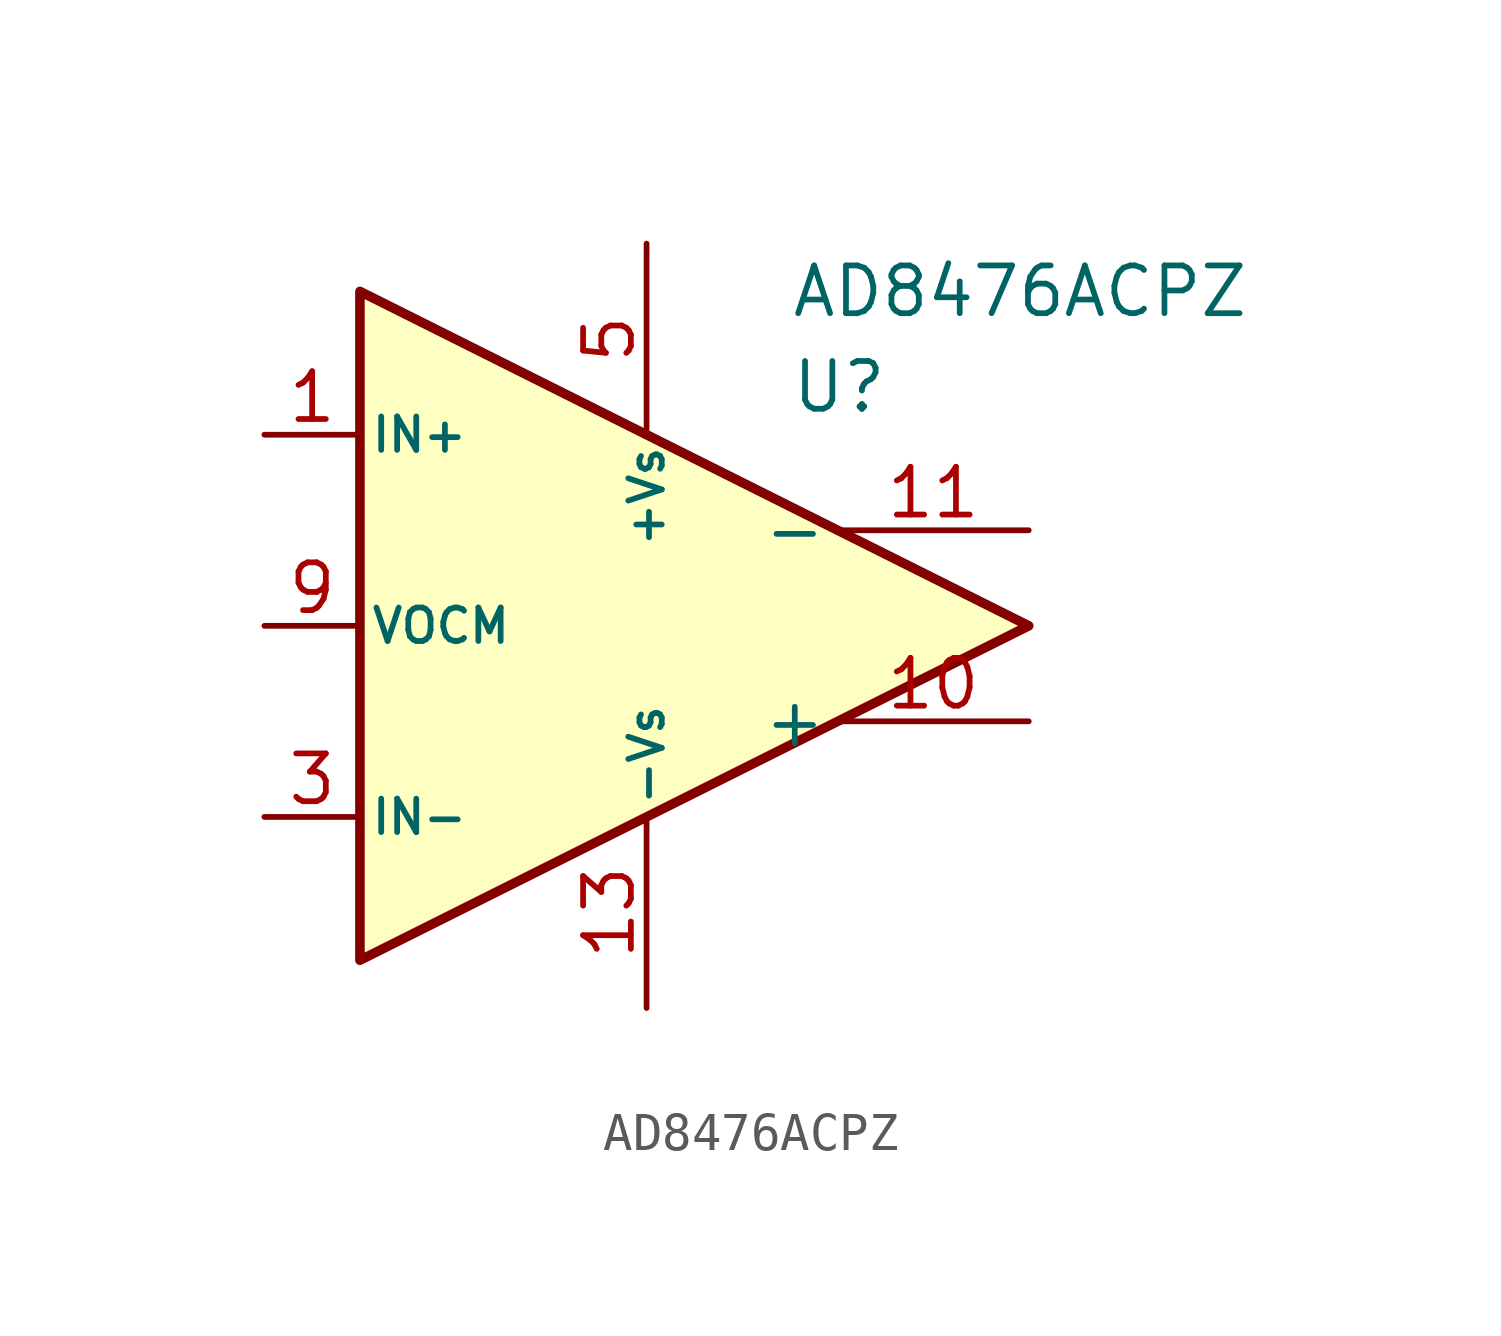
<source format=kicad_sym>
(kicad_symbol_lib
  (version 20211014)
  (generator kicad_symbol_editor)
  (symbol "AD8476ACPZ"
    (pin_names
      (offset 0.254))
    (property "Reference" "U"
      (at 3.81 6.35 0)
      (effects (font (size 1.27 1.27)) (justify left)))
    (property "Value" "AD8476ACPZ"
      (at 3.81 8.89 0)
      (effects (font (size 1.27 1.27)) (justify left)))
    (symbol "AD8476ACPZ_0_1"
      (polyline (pts (xy -7.62 8.89) (xy -7.62 -8.89) (xy 10.16 0) (xy -7.62 8.89)) (stroke (width 0.254) (type default) (color 0 0 0 0)) (fill (type background))))
    (symbol "AD8476ACPZ_1_1"
      (pin input line (at -10.16 5.08 0) (length 2.54) (name "IN+" (effects (font (size 0.889 0.889)))) (number "1" (effects (font (size 1.27 1.27)))))
      (pin output line (at 10.16 -2.54 180) (length 5.08) (name "+" (effects (font (size 1.27 1.27)))) (number "10" (effects (font (size 1.27 1.27)))))
      (pin output line (at 10.16 2.54 180) (length 5.08) (name "-" (effects (font (size 1.27 1.27)))) (number "11" (effects (font (size 1.27 1.27)))))
      (pin no_connect line (at -7.62 -7.62 0) (length 2.54) hide (name "NC" (effects (font (size 1.27 1.27)))) (number "12" (effects (font (size 1.27 1.27)))))
      (pin power_in line (at 0 -10.16 90) (length 5.08) (name "-Vs" (effects (font (size 0.889 0.889)))) (number "13" (effects (font (size 1.27 1.27)))))
      (pin power_in line (at 0 -10.16 90) (length 5.08) hide (name "-Vs" (effects (font (size 0.889 0.889)))) (number "14" (effects (font (size 1.27 1.27)))))
      (pin power_in line (at 0 -10.16 90) (length 5.08) hide (name "-Vs" (effects (font (size 0.889 0.889)))) (number "15" (effects (font (size 1.27 1.27)))))
      (pin power_in line (at 0 -10.16 90) (length 5.08) hide (name "-Vs" (effects (font (size 0.889 0.889)))) (number "16" (effects (font (size 1.27 1.27)))))
      (pin input line (at -10.16 5.08 0) (length 2.54) hide (name "IN+" (effects (font (size 0.889 0.889)))) (number "2" (effects (font (size 1.27 1.27)))))
      (pin input line (at -10.16 -5.08 0) (length 2.54) (name "IN-" (effects (font (size 0.889 0.889)))) (number "3" (effects (font (size 1.27 1.27)))))
      (pin input line (at -10.16 -5.08 0) (length 2.54) hide (name "IN-" (effects (font (size 0.889 0.889)))) (number "4" (effects (font (size 1.27 1.27)))))
      (pin power_in line (at 0 10.16 270) (length 5.08) (name "+Vs" (effects (font (size 0.889 0.889)))) (number "5" (effects (font (size 1.27 1.27)))))
      (pin power_in line (at 0 10.16 270) (length 5.08) hide (name "+Vs" (effects (font (size 0.889 0.889)))) (number "6" (effects (font (size 1.27 1.27)))))
      (pin power_in line (at 0 10.16 270) (length 5.08) hide (name "+Vs" (effects (font (size 0.889 0.889)))) (number "7" (effects (font (size 1.27 1.27)))))
      (pin power_in line (at 0 10.16 270) (length 5.08) hide (name "+Vs" (effects (font (size 0.889 0.889)))) (number "8" (effects (font (size 1.27 1.27)))))
      (pin input line (at -10.16 0 0) (length 2.54) (name "VOCM" (effects (font (size 0.889 0.889)))) (number "9" (effects (font (size 1.27 1.27))))))))
</source>
